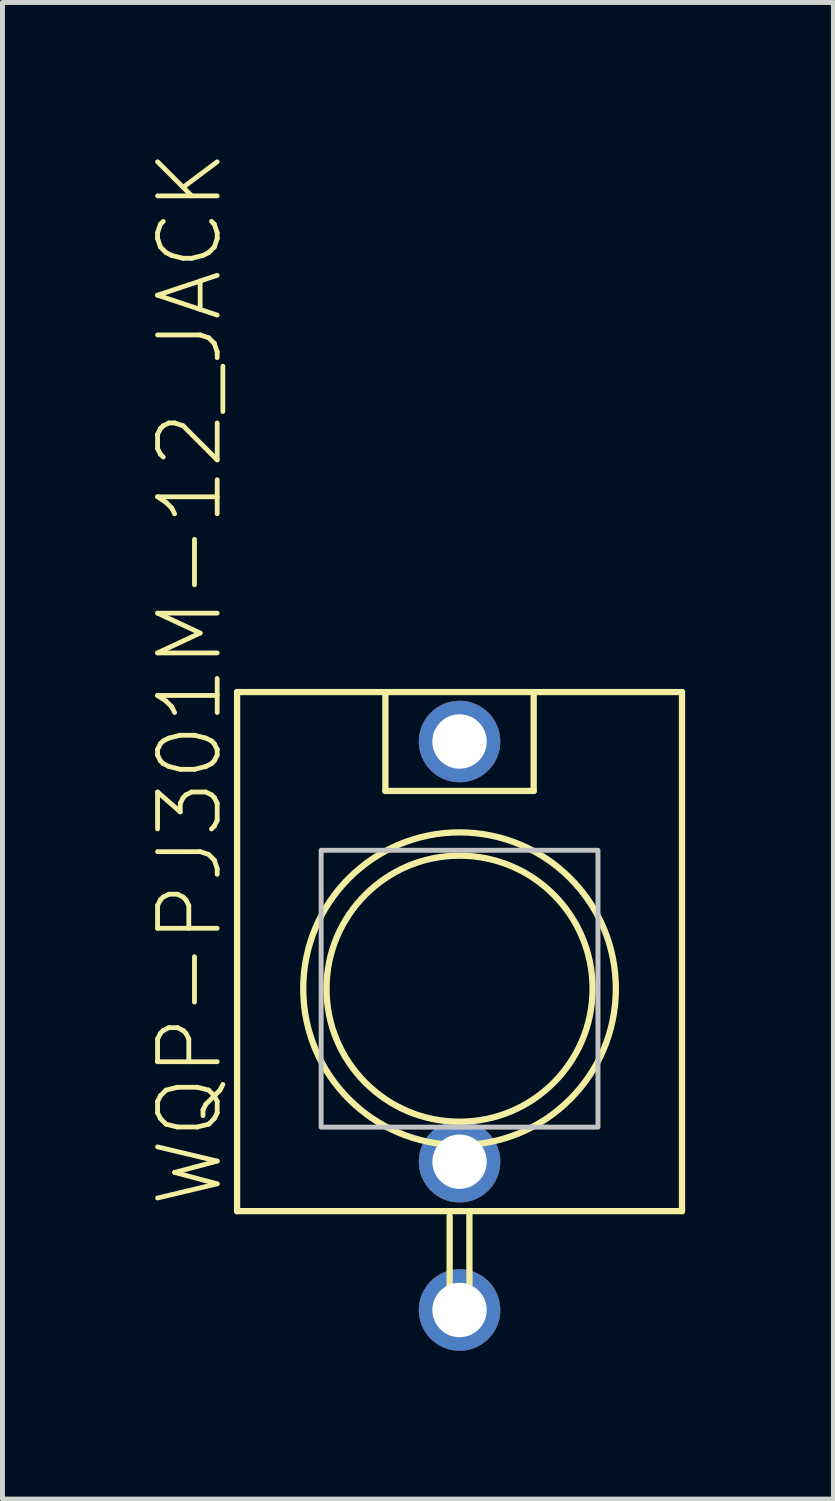
<source format=kicad_pcb>
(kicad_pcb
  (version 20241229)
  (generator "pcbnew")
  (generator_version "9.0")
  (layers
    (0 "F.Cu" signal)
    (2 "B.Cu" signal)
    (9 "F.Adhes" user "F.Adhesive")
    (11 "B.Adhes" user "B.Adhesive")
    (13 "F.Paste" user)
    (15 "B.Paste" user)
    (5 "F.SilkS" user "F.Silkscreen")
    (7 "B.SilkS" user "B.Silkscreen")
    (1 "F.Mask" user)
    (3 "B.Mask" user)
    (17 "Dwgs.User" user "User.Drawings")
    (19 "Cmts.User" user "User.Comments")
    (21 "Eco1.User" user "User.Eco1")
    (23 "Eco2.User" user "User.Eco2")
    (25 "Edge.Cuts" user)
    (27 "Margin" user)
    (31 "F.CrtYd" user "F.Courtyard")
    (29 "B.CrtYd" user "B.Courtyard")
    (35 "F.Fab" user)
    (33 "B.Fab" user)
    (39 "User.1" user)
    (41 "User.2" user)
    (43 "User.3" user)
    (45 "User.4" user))
  (footprint "WQP-PJ301M-12_JACK"
    (layer "F.Cu")
    (at 6.246 16.95)
    (property "Reference" "WQP-PJ301M-12_JACK" (at -4.75 4.47 90) (layer "F.SilkS") (effects (font (size 1.206 1.206) (thickness 0.097)) (justify left bottom)))
    (attr through_hole)
    (fp_line (start -4.5 -6) (end -4.5 4.5) (stroke (width 0.127) (type solid)) (layer "F.SilkS"))
    (fp_line (start -4.5 -6) (end -1.5 -6) (stroke (width 0.127) (type solid)) (layer "F.SilkS"))
    (fp_line (start -4.5 4.5) (end 0.2 4.5) (stroke (width 0.127) (type solid)) (layer "F.SilkS"))
    (fp_line (start -1.5 -6) (end -1.5 -4) (stroke (width 0.127) (type solid)) (layer "F.SilkS"))
    (fp_line (start -1.5 -6) (end 1.5 -6) (stroke (width 0.127) (type solid)) (layer "F.SilkS"))
    (fp_line (start -1.5 -4) (end 1.5 -4) (stroke (width 0.127) (type solid)) (layer "F.SilkS"))
    (fp_line (start -0.2 4.6) (end -0.2 6.7) (stroke (width 0.127) (type solid)) (layer "F.SilkS"))
    (fp_line (start -0.2 6.7) (end 0.2 6.7) (stroke (width 0.127) (type solid)) (layer "F.SilkS"))
    (fp_line (start 0.2 4.5) (end 4.5 4.5) (stroke (width 0.127) (type solid)) (layer "F.SilkS"))
    (fp_line (start 0.2 6.7) (end 0.2 4.5) (stroke (width 0.127) (type solid)) (layer "F.SilkS"))
    (fp_line (start 1.5 -6) (end 4.5 -6) (stroke (width 0.127) (type solid)) (layer "F.SilkS"))
    (fp_line (start 1.5 -4) (end 1.5 -6) (stroke (width 0.127) (type solid)) (layer "F.SilkS"))
    (fp_line (start 4.5 4.5) (end 4.5 -6) (stroke (width 0.127) (type solid)) (layer "F.SilkS"))
    (fp_circle (center 0 0) (end 2.691 0) (stroke (width 0.127) (type solid)) (fill no) (layer "F.SilkS"))
    (fp_circle (center 0 0) (end 3.162 0) (stroke (width 0.127) (type solid)) (fill no) (layer "F.SilkS"))
    (fp_poly (pts (xy -2.8 2.8) (xy 2.8 2.8) (xy 2.8 -2.8) (xy -2.8 -2.8)) (stroke (width 0.1) (type solid)) (fill no) (layer "Dwgs.User"))
    (pad "P$1" thru_hole circle (at 0 -5) (size 1.65 1.65) (drill 1.1) (layers "*.Cu" "*.Mask"))
    (pad "P$2" thru_hole circle (at 0 3.5) (size 1.65 1.65) (drill 1.1) (layers "*.Cu" "*.Mask"))
    (pad "P$3" thru_hole circle (at 0 6.5) (size 1.65 1.65) (drill 1.1) (layers "*.Cu" "*.Mask")))
  (gr_rect
    (start -3 -3)
    (end 13.809 27.275)
    (stroke (width 0.1) (type default))
    (fill no)
    (layer "Edge.Cuts")))
</source>
